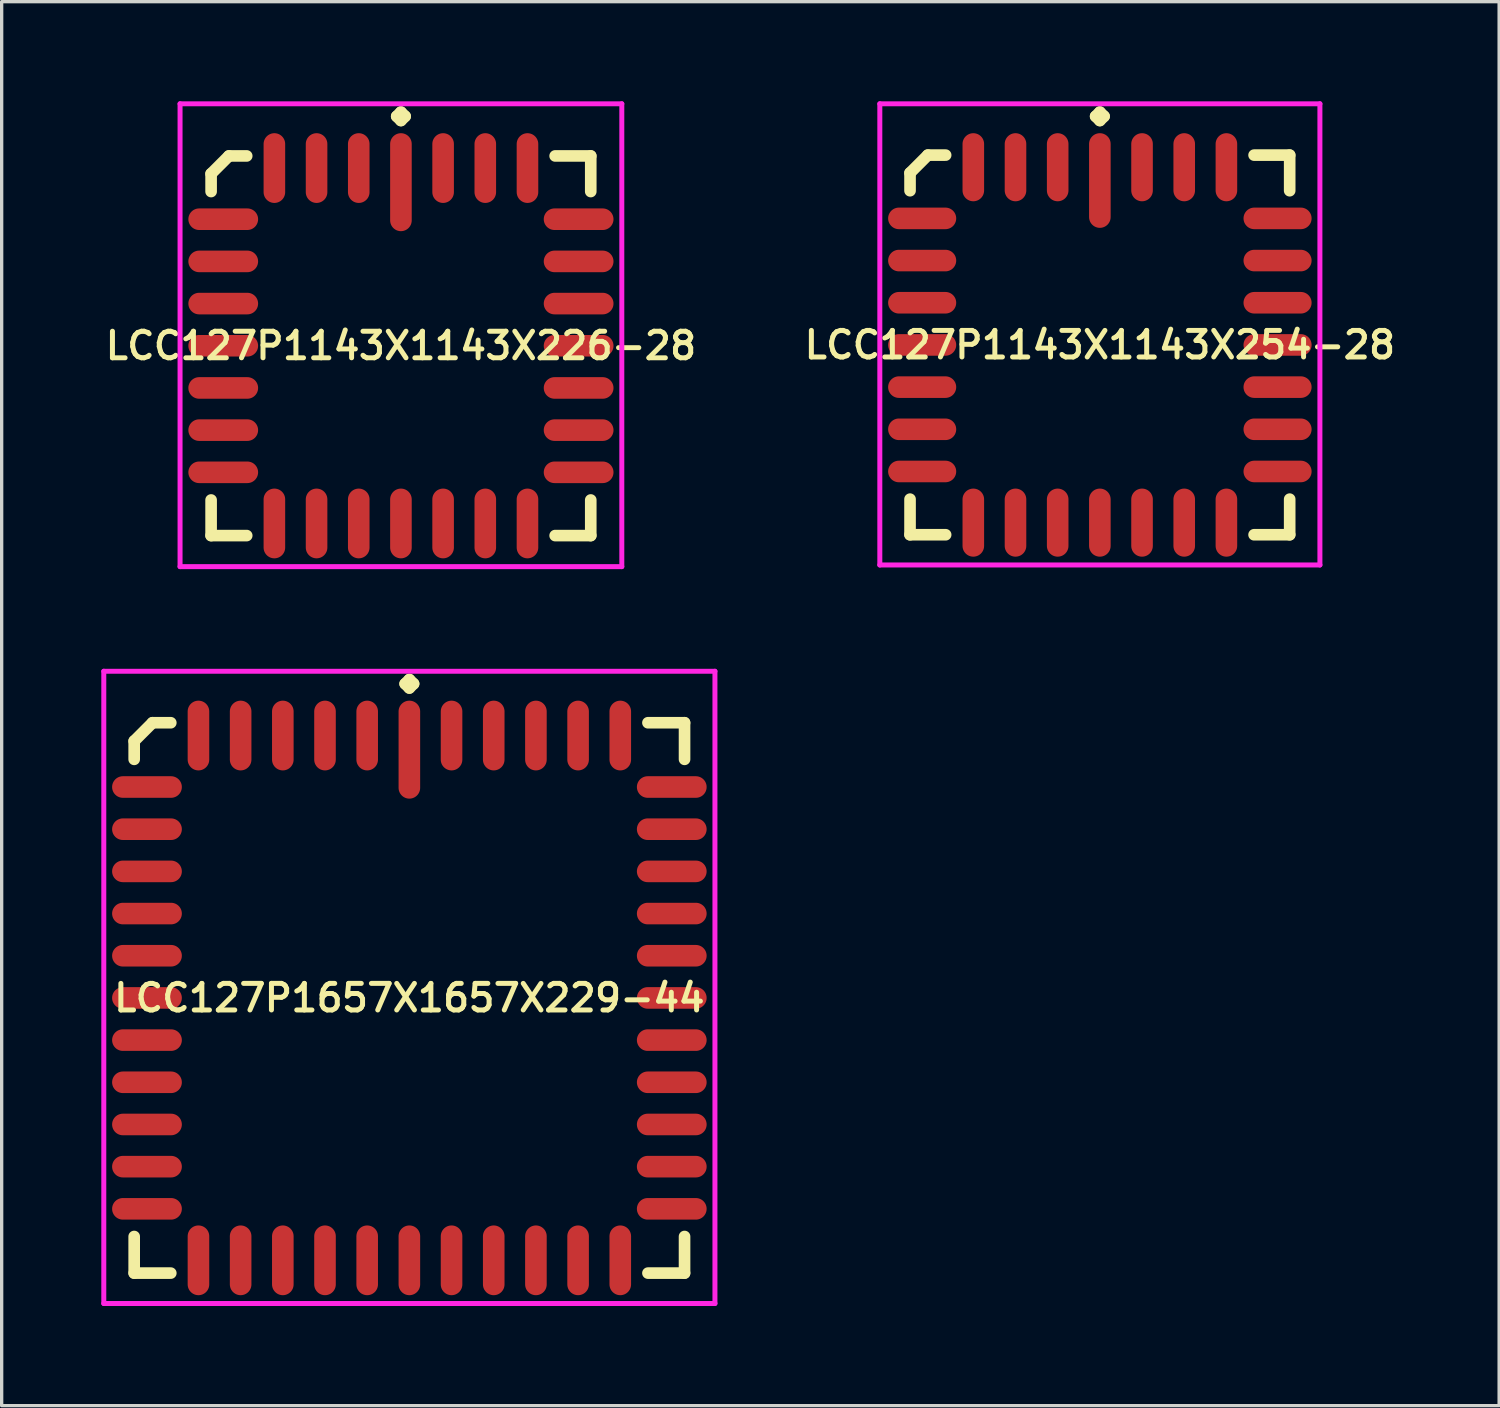
<source format=kicad_pcb>
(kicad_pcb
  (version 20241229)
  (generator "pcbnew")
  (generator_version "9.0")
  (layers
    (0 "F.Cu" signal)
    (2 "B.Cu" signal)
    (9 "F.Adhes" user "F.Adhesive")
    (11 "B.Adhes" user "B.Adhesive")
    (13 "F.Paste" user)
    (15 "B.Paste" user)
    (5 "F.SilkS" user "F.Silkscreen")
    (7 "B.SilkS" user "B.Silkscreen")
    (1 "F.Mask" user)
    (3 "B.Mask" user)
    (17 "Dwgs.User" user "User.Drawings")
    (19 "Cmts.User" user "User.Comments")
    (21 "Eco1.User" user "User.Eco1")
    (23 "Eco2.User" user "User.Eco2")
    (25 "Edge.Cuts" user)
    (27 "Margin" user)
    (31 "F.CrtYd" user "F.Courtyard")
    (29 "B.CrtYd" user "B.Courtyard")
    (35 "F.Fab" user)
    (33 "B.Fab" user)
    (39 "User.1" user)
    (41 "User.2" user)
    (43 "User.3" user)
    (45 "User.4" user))
  (footprint "LCC127P1657X1657X229-44"
    (layer "F.Cu")
    (at 9.275 26.995)
    (property "Reference" "LCC127P1657X1657X229-44" (at 0 0 0) (layer "F.SilkS") (effects (font (size 0.8 0.8) (thickness 0.15))))
    (attr smd)
    (fp_line (start -8.285 -7.734) (end -7.734 -8.285) (stroke (width 0.35) (type solid)) (layer "F.SilkS"))
    (fp_line (start -8.285 -7.183) (end -8.285 -7.734) (stroke (width 0.35) (type solid)) (layer "F.SilkS"))
    (fp_line (start -8.285 7.183) (end -8.285 8.285) (stroke (width 0.35) (type solid)) (layer "F.SilkS"))
    (fp_line (start -8.285 8.285) (end -7.183 8.285) (stroke (width 0.35) (type solid)) (layer "F.SilkS"))
    (fp_line (start -7.734 -8.285) (end -7.183 -8.285) (stroke (width 0.35) (type solid)) (layer "F.SilkS"))
    (fp_line (start -0.127 -9.458) (end 0 -9.585) (stroke (width 0.35) (type solid)) (layer "F.SilkS"))
    (fp_line (start 0 -9.585) (end 0.127 -9.458) (stroke (width 0.35) (type solid)) (layer "F.SilkS"))
    (fp_line (start 0 -9.331) (end -0.127 -9.458) (stroke (width 0.35) (type solid)) (layer "F.SilkS"))
    (fp_line (start 0.127 -9.458) (end 0 -9.331) (stroke (width 0.35) (type solid)) (layer "F.SilkS"))
    (fp_line (start 8.285 -8.285) (end 7.183 -8.285) (stroke (width 0.35) (type solid)) (layer "F.SilkS"))
    (fp_line (start 8.285 -7.183) (end 8.285 -8.285) (stroke (width 0.35) (type solid)) (layer "F.SilkS"))
    (fp_line (start 8.285 7.183) (end 8.285 8.285) (stroke (width 0.35) (type solid)) (layer "F.SilkS"))
    (fp_line (start 8.285 8.285) (end 7.183 8.285) (stroke (width 0.35) (type solid)) (layer "F.SilkS"))
    (fp_line (start -9.2 -9.835) (end 9.2 -9.835) (stroke (width 0.15) (type solid)) (layer "F.CrtYd"))
    (fp_line (start -9.2 9.2) (end -9.2 -9.835) (stroke (width 0.15) (type solid)) (layer "F.CrtYd"))
    (fp_line (start 9.2 -9.835) (end 9.2 9.2) (stroke (width 0.15) (type solid)) (layer "F.CrtYd"))
    (fp_line (start 9.2 9.2) (end -9.2 9.2) (stroke (width 0.15) (type solid)) (layer "F.CrtYd"))
    (pad "1" smd oval (at 0 -7.475) (size 0.65 2.95) (layers "F.Cu" "F.Mask" "F.Paste"))
    (pad "2" smd oval (at -1.27 -7.9) (size 0.65 2.1) (layers "F.Cu" "F.Mask" "F.Paste"))
    (pad "3" smd oval (at -2.54 -7.9) (size 0.65 2.1) (layers "F.Cu" "F.Mask" "F.Paste"))
    (pad "4" smd oval (at -3.81 -7.9) (size 0.65 2.1) (layers "F.Cu" "F.Mask" "F.Paste"))
    (pad "5" smd oval (at -5.08 -7.9) (size 0.65 2.1) (layers "F.Cu" "F.Mask" "F.Paste"))
    (pad "6" smd oval (at -6.35 -7.9) (size 0.65 2.1) (layers "F.Cu" "F.Mask" "F.Paste"))
    (pad "7" smd oval (at -7.9 -6.35) (size 2.1 0.65) (layers "F.Cu" "F.Mask" "F.Paste"))
    (pad "8" smd oval (at -7.9 -5.08) (size 2.1 0.65) (layers "F.Cu" "F.Mask" "F.Paste"))
    (pad "9" smd oval (at -7.9 -3.81) (size 2.1 0.65) (layers "F.Cu" "F.Mask" "F.Paste"))
    (pad "10" smd oval (at -7.9 -2.54) (size 2.1 0.65) (layers "F.Cu" "F.Mask" "F.Paste"))
    (pad "11" smd oval (at -7.9 -1.27) (size 2.1 0.65) (layers "F.Cu" "F.Mask" "F.Paste"))
    (pad "12" smd oval (at -7.9 0) (size 2.1 0.65) (layers "F.Cu" "F.Mask" "F.Paste"))
    (pad "13" smd oval (at -7.9 1.27) (size 2.1 0.65) (layers "F.Cu" "F.Mask" "F.Paste"))
    (pad "14" smd oval (at -7.9 2.54) (size 2.1 0.65) (layers "F.Cu" "F.Mask" "F.Paste"))
    (pad "15" smd oval (at -7.9 3.81) (size 2.1 0.65) (layers "F.Cu" "F.Mask" "F.Paste"))
    (pad "16" smd oval (at -7.9 5.08) (size 2.1 0.65) (layers "F.Cu" "F.Mask" "F.Paste"))
    (pad "17" smd oval (at -7.9 6.35) (size 2.1 0.65) (layers "F.Cu" "F.Mask" "F.Paste"))
    (pad "18" smd oval (at -6.35 7.9) (size 0.65 2.1) (layers "F.Cu" "F.Mask" "F.Paste"))
    (pad "19" smd oval (at -5.08 7.9) (size 0.65 2.1) (layers "F.Cu" "F.Mask" "F.Paste"))
    (pad "20" smd oval (at -3.81 7.9) (size 0.65 2.1) (layers "F.Cu" "F.Mask" "F.Paste"))
    (pad "21" smd oval (at -2.54 7.9) (size 0.65 2.1) (layers "F.Cu" "F.Mask" "F.Paste"))
    (pad "22" smd oval (at -1.27 7.9) (size 0.65 2.1) (layers "F.Cu" "F.Mask" "F.Paste"))
    (pad "23" smd oval (at 0 7.9) (size 0.65 2.1) (layers "F.Cu" "F.Mask" "F.Paste"))
    (pad "24" smd oval (at 1.27 7.9) (size 0.65 2.1) (layers "F.Cu" "F.Mask" "F.Paste"))
    (pad "25" smd oval (at 2.54 7.9) (size 0.65 2.1) (layers "F.Cu" "F.Mask" "F.Paste"))
    (pad "26" smd oval (at 3.81 7.9) (size 0.65 2.1) (layers "F.Cu" "F.Mask" "F.Paste"))
    (pad "27" smd oval (at 5.08 7.9) (size 0.65 2.1) (layers "F.Cu" "F.Mask" "F.Paste"))
    (pad "28" smd oval (at 6.35 7.9) (size 0.65 2.1) (layers "F.Cu" "F.Mask" "F.Paste"))
    (pad "29" smd oval (at 7.9 6.35) (size 2.1 0.65) (layers "F.Cu" "F.Mask" "F.Paste"))
    (pad "30" smd oval (at 7.9 5.08) (size 2.1 0.65) (layers "F.Cu" "F.Mask" "F.Paste"))
    (pad "31" smd oval (at 7.9 3.81) (size 2.1 0.65) (layers "F.Cu" "F.Mask" "F.Paste"))
    (pad "32" smd oval (at 7.9 2.54) (size 2.1 0.65) (layers "F.Cu" "F.Mask" "F.Paste"))
    (pad "33" smd oval (at 7.9 1.27) (size 2.1 0.65) (layers "F.Cu" "F.Mask" "F.Paste"))
    (pad "34" smd oval (at 7.9 0) (size 2.1 0.65) (layers "F.Cu" "F.Mask" "F.Paste"))
    (pad "35" smd oval (at 7.9 -1.27) (size 2.1 0.65) (layers "F.Cu" "F.Mask" "F.Paste"))
    (pad "36" smd oval (at 7.9 -2.54) (size 2.1 0.65) (layers "F.Cu" "F.Mask" "F.Paste"))
    (pad "37" smd oval (at 7.9 -3.81) (size 2.1 0.65) (layers "F.Cu" "F.Mask" "F.Paste"))
    (pad "38" smd oval (at 7.9 -5.08) (size 2.1 0.65) (layers "F.Cu" "F.Mask" "F.Paste"))
    (pad "39" smd oval (at 7.9 -6.35) (size 2.1 0.65) (layers "F.Cu" "F.Mask" "F.Paste"))
    (pad "40" smd oval (at 6.35 -7.9) (size 0.65 2.1) (layers "F.Cu" "F.Mask" "F.Paste"))
    (pad "41" smd oval (at 5.08 -7.9) (size 0.65 2.1) (layers "F.Cu" "F.Mask" "F.Paste"))
    (pad "42" smd oval (at 3.81 -7.9) (size 0.65 2.1) (layers "F.Cu" "F.Mask" "F.Paste"))
    (pad "43" smd oval (at 2.54 -7.9) (size 0.65 2.1) (layers "F.Cu" "F.Mask" "F.Paste"))
    (pad "44" smd oval (at 1.27 -7.9) (size 0.65 2.1) (layers "F.Cu" "F.Mask" "F.Paste")))
  (footprint "LCC127P1143X1143X226-28"
    (layer "F.Cu")
    (at 9.021 7.36)
    (property "Reference" "LCC127P1143X1143X226-28" (at 0 0 0) (layer "F.SilkS") (effects (font (size 0.8 0.8) (thickness 0.15))))
    (attr smd)
    (fp_line (start -5.715 -5.179) (end -5.179 -5.715) (stroke (width 0.35) (type solid)) (layer "F.SilkS"))
    (fp_line (start -5.715 -4.643) (end -5.715 -5.179) (stroke (width 0.35) (type solid)) (layer "F.SilkS"))
    (fp_line (start -5.715 4.643) (end -5.715 5.715) (stroke (width 0.35) (type solid)) (layer "F.SilkS"))
    (fp_line (start -5.715 5.715) (end -4.643 5.715) (stroke (width 0.35) (type solid)) (layer "F.SilkS"))
    (fp_line (start -5.179 -5.715) (end -4.643 -5.715) (stroke (width 0.35) (type solid)) (layer "F.SilkS"))
    (fp_line (start -0.127 -6.908) (end 0 -7.035) (stroke (width 0.35) (type solid)) (layer "F.SilkS"))
    (fp_line (start 0 -7.035) (end 0.127 -6.908) (stroke (width 0.35) (type solid)) (layer "F.SilkS"))
    (fp_line (start 0 -6.781) (end -0.127 -6.908) (stroke (width 0.35) (type solid)) (layer "F.SilkS"))
    (fp_line (start 0.127 -6.908) (end 0 -6.781) (stroke (width 0.35) (type solid)) (layer "F.SilkS"))
    (fp_line (start 5.715 -5.715) (end 4.643 -5.715) (stroke (width 0.35) (type solid)) (layer "F.SilkS"))
    (fp_line (start 5.715 -4.643) (end 5.715 -5.715) (stroke (width 0.35) (type solid)) (layer "F.SilkS"))
    (fp_line (start 5.715 4.643) (end 5.715 5.715) (stroke (width 0.35) (type solid)) (layer "F.SilkS"))
    (fp_line (start 5.715 5.715) (end 4.643 5.715) (stroke (width 0.35) (type solid)) (layer "F.SilkS"))
    (fp_line (start -6.65 -7.285) (end 6.65 -7.285) (stroke (width 0.15) (type solid)) (layer "F.CrtYd"))
    (fp_line (start -6.65 6.65) (end -6.65 -7.285) (stroke (width 0.15) (type solid)) (layer "F.CrtYd"))
    (fp_line (start 6.65 -7.285) (end 6.65 6.65) (stroke (width 0.15) (type solid)) (layer "F.CrtYd"))
    (fp_line (start 6.65 6.65) (end -6.65 6.65) (stroke (width 0.15) (type solid)) (layer "F.CrtYd"))
    (pad "1" smd oval (at 0 -4.925) (size 0.65 2.95) (layers "F.Cu" "F.Mask" "F.Paste"))
    (pad "2" smd oval (at -1.27 -5.35) (size 0.65 2.1) (layers "F.Cu" "F.Mask" "F.Paste"))
    (pad "3" smd oval (at -2.54 -5.35) (size 0.65 2.1) (layers "F.Cu" "F.Mask" "F.Paste"))
    (pad "4" smd oval (at -3.81 -5.35) (size 0.65 2.1) (layers "F.Cu" "F.Mask" "F.Paste"))
    (pad "5" smd oval (at -5.35 -3.81) (size 2.1 0.65) (layers "F.Cu" "F.Mask" "F.Paste"))
    (pad "6" smd oval (at -5.35 -2.54) (size 2.1 0.65) (layers "F.Cu" "F.Mask" "F.Paste"))
    (pad "7" smd oval (at -5.35 -1.27) (size 2.1 0.65) (layers "F.Cu" "F.Mask" "F.Paste"))
    (pad "8" smd oval (at -5.35 0) (size 2.1 0.65) (layers "F.Cu" "F.Mask" "F.Paste"))
    (pad "9" smd oval (at -5.35 1.27) (size 2.1 0.65) (layers "F.Cu" "F.Mask" "F.Paste"))
    (pad "10" smd oval (at -5.35 2.54) (size 2.1 0.65) (layers "F.Cu" "F.Mask" "F.Paste"))
    (pad "11" smd oval (at -5.35 3.81) (size 2.1 0.65) (layers "F.Cu" "F.Mask" "F.Paste"))
    (pad "12" smd oval (at -3.81 5.35) (size 0.65 2.1) (layers "F.Cu" "F.Mask" "F.Paste"))
    (pad "13" smd oval (at -2.54 5.35) (size 0.65 2.1) (layers "F.Cu" "F.Mask" "F.Paste"))
    (pad "14" smd oval (at -1.27 5.35) (size 0.65 2.1) (layers "F.Cu" "F.Mask" "F.Paste"))
    (pad "15" smd oval (at 0 5.35) (size 0.65 2.1) (layers "F.Cu" "F.Mask" "F.Paste"))
    (pad "16" smd oval (at 1.27 5.35) (size 0.65 2.1) (layers "F.Cu" "F.Mask" "F.Paste"))
    (pad "17" smd oval (at 2.54 5.35) (size 0.65 2.1) (layers "F.Cu" "F.Mask" "F.Paste"))
    (pad "18" smd oval (at 3.81 5.35) (size 0.65 2.1) (layers "F.Cu" "F.Mask" "F.Paste"))
    (pad "19" smd oval (at 5.35 3.81) (size 2.1 0.65) (layers "F.Cu" "F.Mask" "F.Paste"))
    (pad "20" smd oval (at 5.35 2.54) (size 2.1 0.65) (layers "F.Cu" "F.Mask" "F.Paste"))
    (pad "21" smd oval (at 5.35 1.27) (size 2.1 0.65) (layers "F.Cu" "F.Mask" "F.Paste"))
    (pad "22" smd oval (at 5.35 0) (size 2.1 0.65) (layers "F.Cu" "F.Mask" "F.Paste"))
    (pad "23" smd oval (at 5.35 -1.27) (size 2.1 0.65) (layers "F.Cu" "F.Mask" "F.Paste"))
    (pad "24" smd oval (at 5.35 -2.54) (size 2.1 0.65) (layers "F.Cu" "F.Mask" "F.Paste"))
    (pad "25" smd oval (at 5.35 -3.81) (size 2.1 0.65) (layers "F.Cu" "F.Mask" "F.Paste"))
    (pad "26" smd oval (at 3.81 -5.35) (size 0.65 2.1) (layers "F.Cu" "F.Mask" "F.Paste"))
    (pad "27" smd oval (at 2.54 -5.35) (size 0.65 2.1) (layers "F.Cu" "F.Mask" "F.Paste"))
    (pad "28" smd oval (at 1.27 -5.35) (size 0.65 2.1) (layers "F.Cu" "F.Mask" "F.Paste")))
  (footprint "LCC127P1143X1143X254-28"
    (layer "F.Cu")
    (at 30.064 7.335)
    (property "Reference" "LCC127P1143X1143X254-28" (at 0 0 0) (layer "F.SilkS") (effects (font (size 0.8 0.8) (thickness 0.15))))
    (attr smd)
    (fp_line (start -5.715 -5.179) (end -5.179 -5.715) (stroke (width 0.35) (type solid)) (layer "F.SilkS"))
    (fp_line (start -5.715 -4.643) (end -5.715 -5.179) (stroke (width 0.35) (type solid)) (layer "F.SilkS"))
    (fp_line (start -5.715 4.643) (end -5.715 5.715) (stroke (width 0.35) (type solid)) (layer "F.SilkS"))
    (fp_line (start -5.715 5.715) (end -4.643 5.715) (stroke (width 0.35) (type solid)) (layer "F.SilkS"))
    (fp_line (start -5.179 -5.715) (end -4.643 -5.715) (stroke (width 0.35) (type solid)) (layer "F.SilkS"))
    (fp_line (start -0.127 -6.883) (end 0 -7.01) (stroke (width 0.35) (type solid)) (layer "F.SilkS"))
    (fp_line (start 0 -7.01) (end 0.127 -6.883) (stroke (width 0.35) (type solid)) (layer "F.SilkS"))
    (fp_line (start 0 -6.756) (end -0.127 -6.883) (stroke (width 0.35) (type solid)) (layer "F.SilkS"))
    (fp_line (start 0.127 -6.883) (end 0 -6.756) (stroke (width 0.35) (type solid)) (layer "F.SilkS"))
    (fp_line (start 5.715 -5.715) (end 4.643 -5.715) (stroke (width 0.35) (type solid)) (layer "F.SilkS"))
    (fp_line (start 5.715 -4.643) (end 5.715 -5.715) (stroke (width 0.35) (type solid)) (layer "F.SilkS"))
    (fp_line (start 5.715 4.643) (end 5.715 5.715) (stroke (width 0.35) (type solid)) (layer "F.SilkS"))
    (fp_line (start 5.715 5.715) (end 4.643 5.715) (stroke (width 0.35) (type solid)) (layer "F.SilkS"))
    (fp_line (start -6.625 -7.26) (end 6.625 -7.26) (stroke (width 0.15) (type solid)) (layer "F.CrtYd"))
    (fp_line (start -6.625 6.625) (end -6.625 -7.26) (stroke (width 0.15) (type solid)) (layer "F.CrtYd"))
    (fp_line (start 6.625 -7.26) (end 6.625 6.625) (stroke (width 0.15) (type solid)) (layer "F.CrtYd"))
    (fp_line (start 6.625 6.625) (end -6.625 6.625) (stroke (width 0.15) (type solid)) (layer "F.CrtYd"))
    (pad "1" smd oval (at 0 -4.95) (size 0.65 2.85) (layers "F.Cu" "F.Mask" "F.Paste"))
    (pad "2" smd oval (at -1.27 -5.35) (size 0.65 2.05) (layers "F.Cu" "F.Mask" "F.Paste"))
    (pad "3" smd oval (at -2.54 -5.35) (size 0.65 2.05) (layers "F.Cu" "F.Mask" "F.Paste"))
    (pad "4" smd oval (at -3.81 -5.35) (size 0.65 2.05) (layers "F.Cu" "F.Mask" "F.Paste"))
    (pad "5" smd oval (at -5.35 -3.81) (size 2.05 0.65) (layers "F.Cu" "F.Mask" "F.Paste"))
    (pad "6" smd oval (at -5.35 -2.54) (size 2.05 0.65) (layers "F.Cu" "F.Mask" "F.Paste"))
    (pad "7" smd oval (at -5.35 -1.27) (size 2.05 0.65) (layers "F.Cu" "F.Mask" "F.Paste"))
    (pad "8" smd oval (at -5.35 0) (size 2.05 0.65) (layers "F.Cu" "F.Mask" "F.Paste"))
    (pad "9" smd oval (at -5.35 1.27) (size 2.05 0.65) (layers "F.Cu" "F.Mask" "F.Paste"))
    (pad "10" smd oval (at -5.35 2.54) (size 2.05 0.65) (layers "F.Cu" "F.Mask" "F.Paste"))
    (pad "11" smd oval (at -5.35 3.81) (size 2.05 0.65) (layers "F.Cu" "F.Mask" "F.Paste"))
    (pad "12" smd oval (at -3.81 5.35) (size 0.65 2.05) (layers "F.Cu" "F.Mask" "F.Paste"))
    (pad "13" smd oval (at -2.54 5.35) (size 0.65 2.05) (layers "F.Cu" "F.Mask" "F.Paste"))
    (pad "14" smd oval (at -1.27 5.35) (size 0.65 2.05) (layers "F.Cu" "F.Mask" "F.Paste"))
    (pad "15" smd oval (at 0 5.35) (size 0.65 2.05) (layers "F.Cu" "F.Mask" "F.Paste"))
    (pad "16" smd oval (at 1.27 5.35) (size 0.65 2.05) (layers "F.Cu" "F.Mask" "F.Paste"))
    (pad "17" smd oval (at 2.54 5.35) (size 0.65 2.05) (layers "F.Cu" "F.Mask" "F.Paste"))
    (pad "18" smd oval (at 3.81 5.35) (size 0.65 2.05) (layers "F.Cu" "F.Mask" "F.Paste"))
    (pad "19" smd oval (at 5.35 3.81) (size 2.05 0.65) (layers "F.Cu" "F.Mask" "F.Paste"))
    (pad "20" smd oval (at 5.35 2.54) (size 2.05 0.65) (layers "F.Cu" "F.Mask" "F.Paste"))
    (pad "21" smd oval (at 5.35 1.27) (size 2.05 0.65) (layers "F.Cu" "F.Mask" "F.Paste"))
    (pad "22" smd oval (at 5.35 0) (size 2.05 0.65) (layers "F.Cu" "F.Mask" "F.Paste"))
    (pad "23" smd oval (at 5.35 -1.27) (size 2.05 0.65) (layers "F.Cu" "F.Mask" "F.Paste"))
    (pad "24" smd oval (at 5.35 -2.54) (size 2.05 0.65) (layers "F.Cu" "F.Mask" "F.Paste"))
    (pad "25" smd oval (at 5.35 -3.81) (size 2.05 0.65) (layers "F.Cu" "F.Mask" "F.Paste"))
    (pad "26" smd oval (at 3.81 -5.35) (size 0.65 2.05) (layers "F.Cu" "F.Mask" "F.Paste"))
    (pad "27" smd oval (at 2.54 -5.35) (size 0.65 2.05) (layers "F.Cu" "F.Mask" "F.Paste"))
    (pad "28" smd oval (at 1.27 -5.35) (size 0.65 2.05) (layers "F.Cu" "F.Mask" "F.Paste")))
  (gr_rect
    (start -3 -3)
    (end 42.085 39.27)
    (stroke (width 0.1) (type default))
    (fill no)
    (layer "Edge.Cuts")))
</source>
